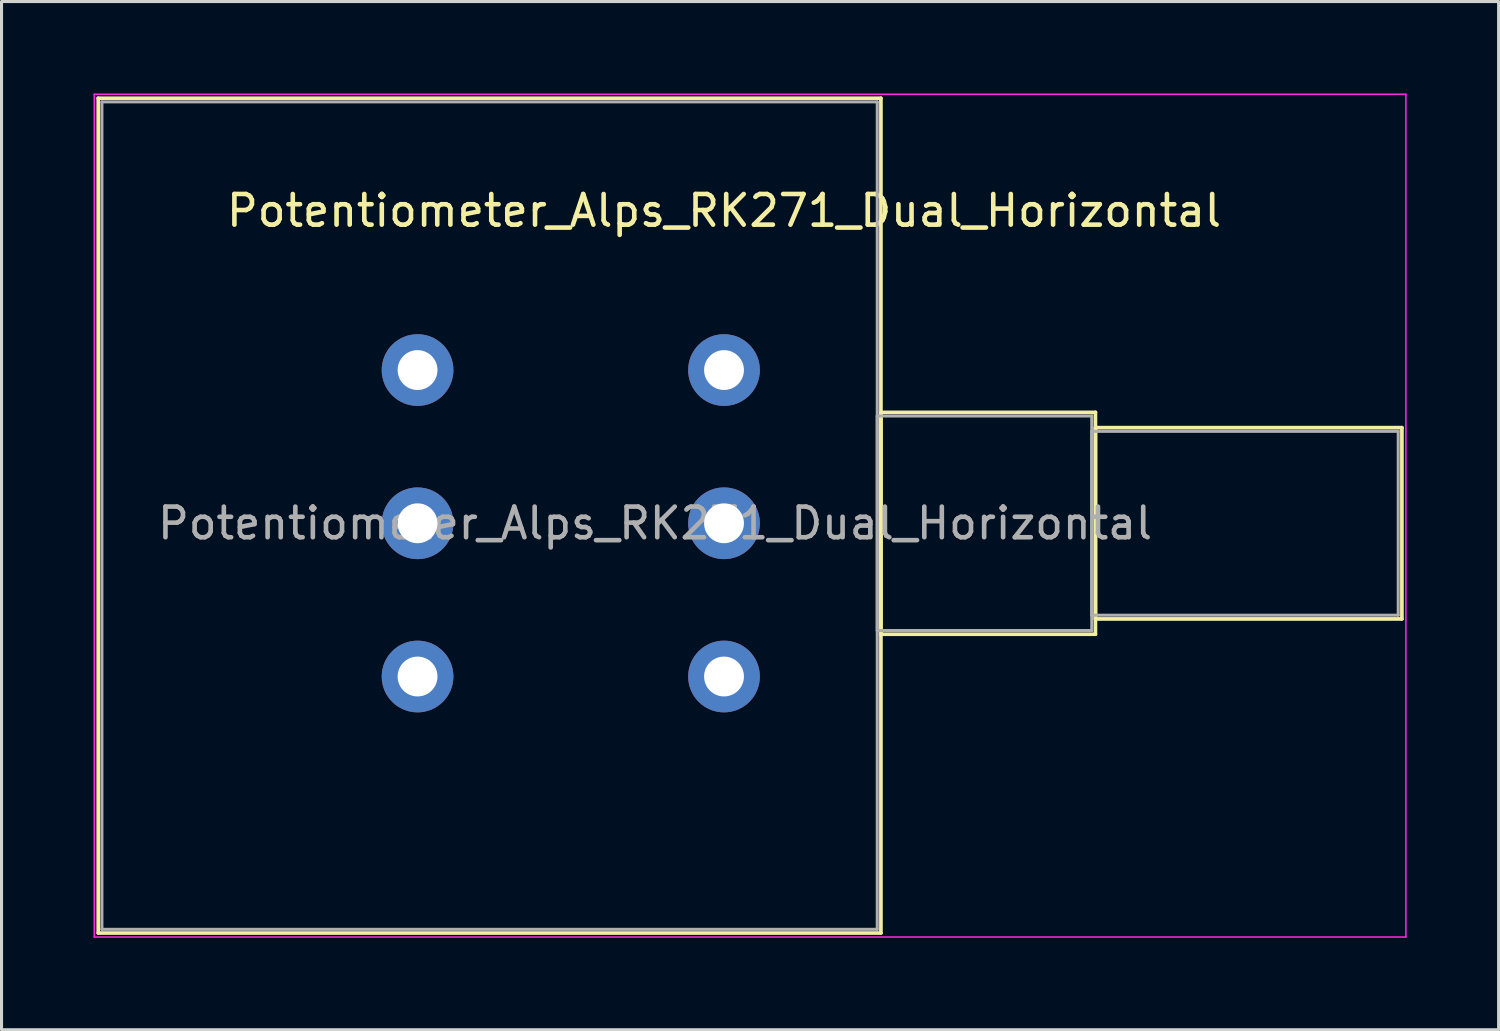
<source format=kicad_pcb>
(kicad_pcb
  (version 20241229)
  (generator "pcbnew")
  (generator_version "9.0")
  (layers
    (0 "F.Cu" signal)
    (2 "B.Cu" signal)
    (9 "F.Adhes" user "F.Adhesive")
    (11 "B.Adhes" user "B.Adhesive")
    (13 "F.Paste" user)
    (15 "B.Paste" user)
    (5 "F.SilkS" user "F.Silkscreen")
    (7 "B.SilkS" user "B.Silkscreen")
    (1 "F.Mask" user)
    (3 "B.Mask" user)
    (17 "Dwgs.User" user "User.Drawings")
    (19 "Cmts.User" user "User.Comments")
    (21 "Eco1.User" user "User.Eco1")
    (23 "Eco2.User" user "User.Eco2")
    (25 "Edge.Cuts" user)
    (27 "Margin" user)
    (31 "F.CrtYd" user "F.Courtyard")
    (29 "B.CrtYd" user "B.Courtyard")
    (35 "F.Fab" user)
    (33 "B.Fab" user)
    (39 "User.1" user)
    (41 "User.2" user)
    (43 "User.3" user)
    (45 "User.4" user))
  (footprint "Potentiometer_Alps_RK271_Dual_Horizontal"
    (layer "F.Cu")
    (at 20.575 19.025)
    (property "Reference" "Potentiometer_Alps_RK271_Dual_Horizontal" (at 0 -15.2 0) (layer "F.SilkS") (effects (font (size 1 1) (thickness 0.15))))
    (attr through_hole)
    (fp_line (start -20.42 -18.87) (end -20.42 8.37) (stroke (width 0.12) (type solid)) (layer "F.SilkS"))
    (fp_line (start -20.42 -18.87) (end 5.12 -18.87) (stroke (width 0.12) (type solid)) (layer "F.SilkS"))
    (fp_line (start -20.42 8.37) (end 5.12 8.37) (stroke (width 0.12) (type solid)) (layer "F.SilkS"))
    (fp_line (start 5.12 -18.87) (end 5.12 8.37) (stroke (width 0.12) (type solid)) (layer "F.SilkS"))
    (fp_line (start 5.12 -8.62) (end 5.12 -1.38) (stroke (width 0.12) (type solid)) (layer "F.SilkS"))
    (fp_line (start 5.12 -8.62) (end 12.12 -8.62) (stroke (width 0.12) (type solid)) (layer "F.SilkS"))
    (fp_line (start 5.12 -1.38) (end 12.12 -1.38) (stroke (width 0.12) (type solid)) (layer "F.SilkS"))
    (fp_line (start 12.12 -8.62) (end 12.12 -1.38) (stroke (width 0.12) (type solid)) (layer "F.SilkS"))
    (fp_line (start 12.12 -8.12) (end 12.12 -1.879) (stroke (width 0.12) (type solid)) (layer "F.SilkS"))
    (fp_line (start 12.12 -8.12) (end 22.12 -8.12) (stroke (width 0.12) (type solid)) (layer "F.SilkS"))
    (fp_line (start 12.12 -1.879) (end 22.12 -1.879) (stroke (width 0.12) (type solid)) (layer "F.SilkS"))
    (fp_line (start 22.12 -8.12) (end 22.12 -1.879) (stroke (width 0.12) (type solid)) (layer "F.SilkS"))
    (fp_line (start -20.55 -19) (end -20.55 8.5) (stroke (width 0.05) (type solid)) (layer "F.CrtYd"))
    (fp_line (start -20.55 8.5) (end 22.25 8.5) (stroke (width 0.05) (type solid)) (layer "F.CrtYd"))
    (fp_line (start 22.25 -19) (end -20.55 -19) (stroke (width 0.05) (type solid)) (layer "F.CrtYd"))
    (fp_line (start 22.25 8.5) (end 22.25 -19) (stroke (width 0.05) (type solid)) (layer "F.CrtYd"))
    (fp_line (start -20.3 -18.75) (end -20.3 8.25) (stroke (width 0.1) (type solid)) (layer "F.Fab"))
    (fp_line (start -20.3 8.25) (end 5 8.25) (stroke (width 0.1) (type solid)) (layer "F.Fab"))
    (fp_line (start 5 -18.75) (end -20.3 -18.75) (stroke (width 0.1) (type solid)) (layer "F.Fab"))
    (fp_line (start 5 -8.5) (end 5 -1.5) (stroke (width 0.1) (type solid)) (layer "F.Fab"))
    (fp_line (start 5 -1.5) (end 12 -1.5) (stroke (width 0.1) (type solid)) (layer "F.Fab"))
    (fp_line (start 5 8.25) (end 5 -18.75) (stroke (width 0.1) (type solid)) (layer "F.Fab"))
    (fp_line (start 12 -8.5) (end 5 -8.5) (stroke (width 0.1) (type solid)) (layer "F.Fab"))
    (fp_line (start 12 -8) (end 12 -2) (stroke (width 0.1) (type solid)) (layer "F.Fab"))
    (fp_line (start 12 -2) (end 22 -2) (stroke (width 0.1) (type solid)) (layer "F.Fab"))
    (fp_line (start 12 -1.5) (end 12 -8.5) (stroke (width 0.1) (type solid)) (layer "F.Fab"))
    (fp_line (start 22 -8) (end 12 -8) (stroke (width 0.1) (type solid)) (layer "F.Fab"))
    (fp_line (start 22 -2) (end 22 -8) (stroke (width 0.1) (type solid)) (layer "F.Fab"))
    (fp_text user "${REFERENCE}" (at -2.25 -5 0) (layer "F.Fab") (effects (font (size 1 1) (thickness 0.15))))
    (pad "1" thru_hole circle (at 0 0) (size 2.34 2.34) (drill 1.3) (layers "*.Cu" "*.Mask"))
    (pad "2" thru_hole circle (at 0 -5) (size 2.34 2.34) (drill 1.3) (layers "*.Cu" "*.Mask"))
    (pad "3" thru_hole circle (at 0 -10) (size 2.34 2.34) (drill 1.3) (layers "*.Cu" "*.Mask"))
    (pad "4" thru_hole circle (at -10 0) (size 2.34 2.34) (drill 1.3) (layers "*.Cu" "*.Mask"))
    (pad "5" thru_hole circle (at -10 -5) (size 2.34 2.34) (drill 1.3) (layers "*.Cu" "*.Mask"))
    (pad "6" thru_hole circle (at -10 -10) (size 2.34 2.34) (drill 1.3) (layers "*.Cu" "*.Mask")))
  (gr_rect
    (start -3 -3)
    (end 45.85 30.55)
    (stroke (width 0.1) (type default))
    (fill no)
    (layer "Edge.Cuts")))
</source>
